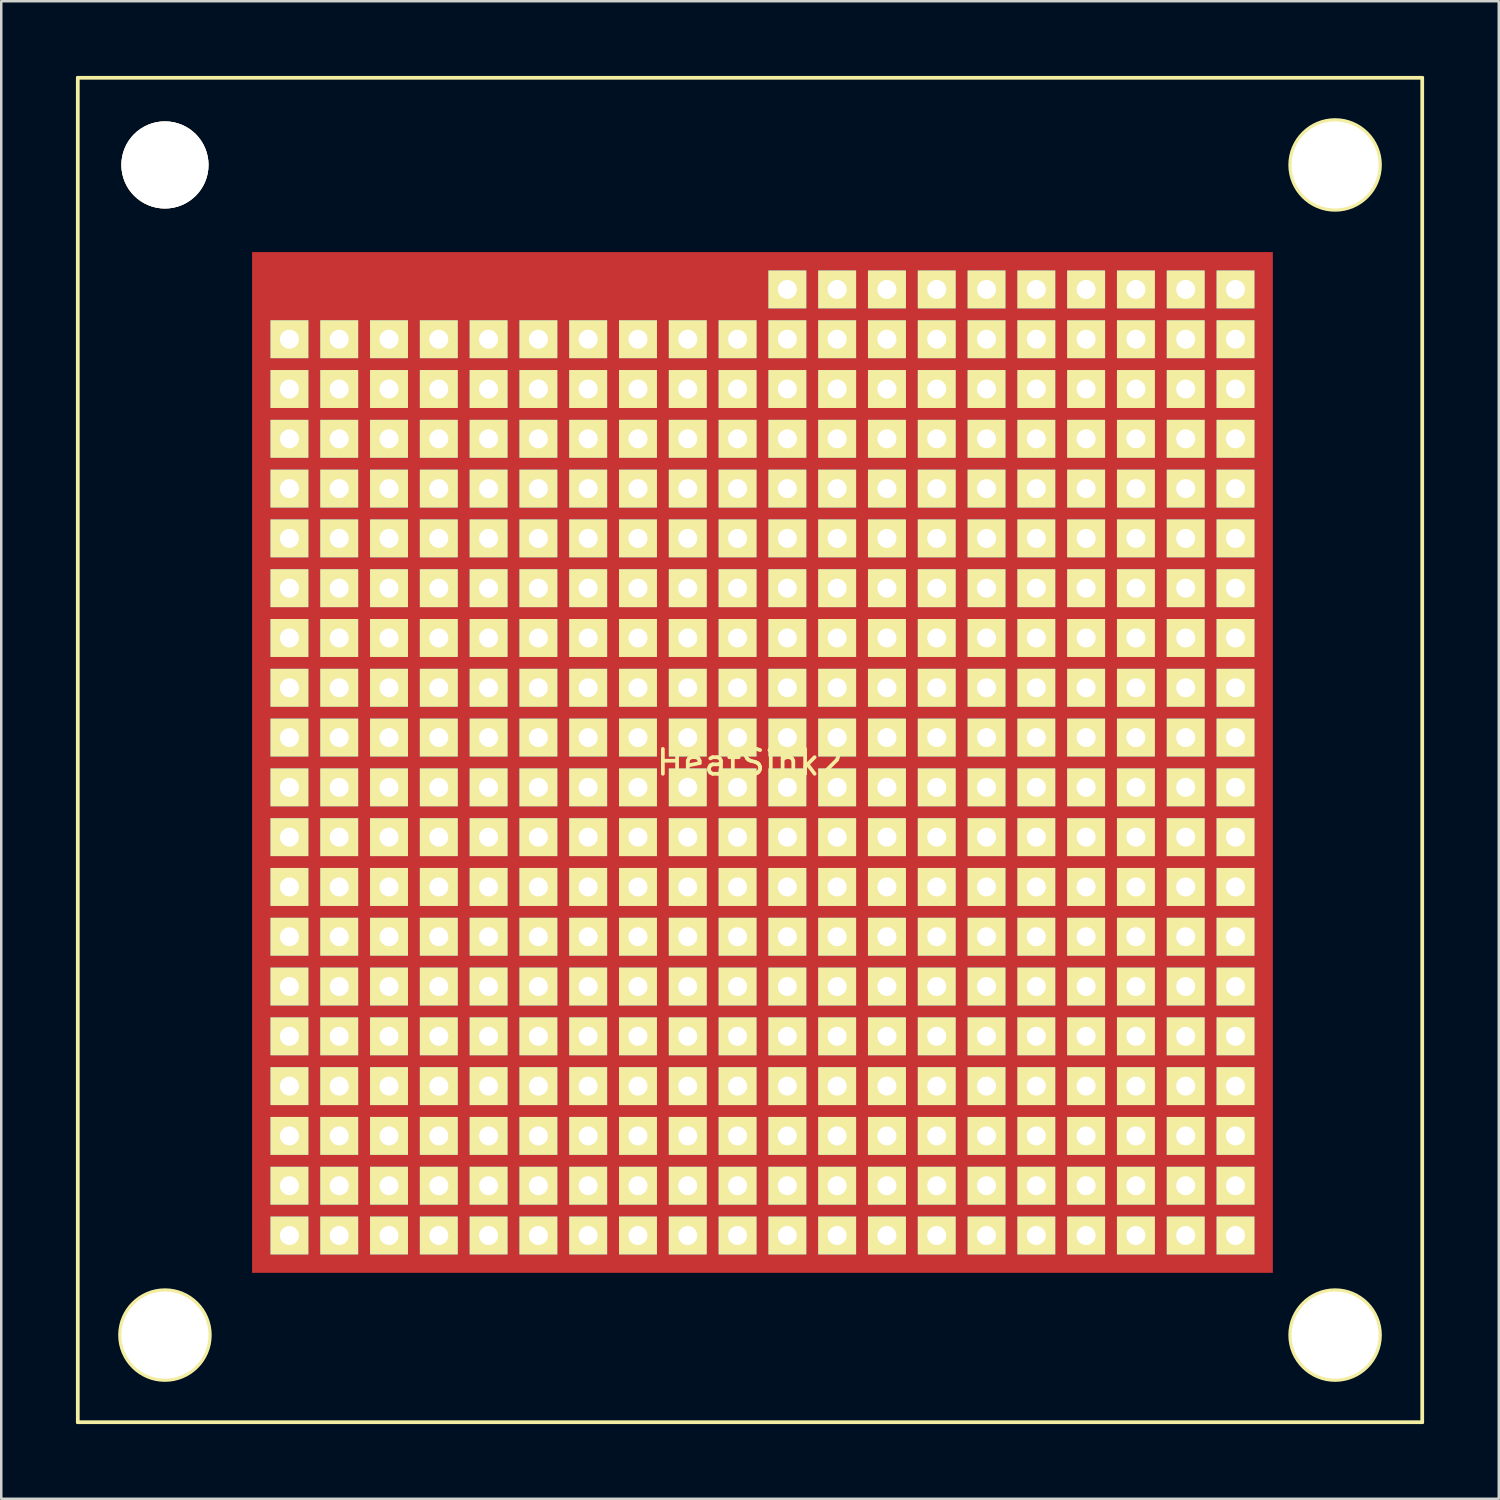
<source format=kicad_pcb>
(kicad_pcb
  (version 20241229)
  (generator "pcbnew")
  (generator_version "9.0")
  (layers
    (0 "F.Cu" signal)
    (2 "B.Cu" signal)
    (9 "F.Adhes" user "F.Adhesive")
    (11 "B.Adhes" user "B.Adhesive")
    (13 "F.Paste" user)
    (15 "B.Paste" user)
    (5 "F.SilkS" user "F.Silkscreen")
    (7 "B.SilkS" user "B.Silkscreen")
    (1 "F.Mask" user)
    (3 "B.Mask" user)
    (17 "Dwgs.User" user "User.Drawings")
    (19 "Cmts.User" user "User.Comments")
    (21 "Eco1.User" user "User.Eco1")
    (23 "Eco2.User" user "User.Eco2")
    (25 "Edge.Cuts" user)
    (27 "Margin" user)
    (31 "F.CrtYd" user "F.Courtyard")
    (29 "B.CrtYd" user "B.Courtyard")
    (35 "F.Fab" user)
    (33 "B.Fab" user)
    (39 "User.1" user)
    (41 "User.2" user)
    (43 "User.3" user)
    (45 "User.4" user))
  (footprint "HeatSink2"
    (layer "F.Cu")
    (at 27.075 27.075)
    (property "Reference" "HeatSink2" (at 0 0.5 0) (layer "F.SilkS") (effects (font (size 1 1) (thickness 0.15))))
    (attr through_hole)
    (fp_line (start -27 -27) (end 27 -27) (stroke (width 0.15) (type solid)) (layer "F.SilkS"))
    (fp_line (start -27 27) (end -27 -27) (stroke (width 0.15) (type solid)) (layer "F.SilkS"))
    (fp_line (start 27 -27) (end 27 27) (stroke (width 0.15) (type solid)) (layer "F.SilkS"))
    (fp_line (start 27 27) (end -27 27) (stroke (width 0.15) (type solid)) (layer "F.SilkS"))
    (fp_circle (center -23.5 -23.5) (end -22 -23) (stroke (width 0.15) (type solid)) (fill no) (layer "F.SilkS"))
    (fp_circle (center -23.5 23.5) (end -22 24.5) (stroke (width 0.15) (type solid)) (fill no) (layer "F.SilkS"))
    (fp_circle (center 23.5 -23.5) (end 24.5 -22) (stroke (width 0.15) (type solid)) (fill no) (layer "F.SilkS"))
    (fp_circle (center 23.5 23.5) (end 25 24.5) (stroke (width 0.15) (type solid)) (fill no) (layer "F.SilkS"))
    (pad "1" thru_hole rect (at -18.5 -16.5) (size 1.524 1.524) (drill 0.762) (layers "*.Cu" "*.Mask" "F.SilkS"))
    (pad "1" thru_hole rect (at -18.5 -14.5) (size 1.524 1.524) (drill 0.762) (layers "*.Cu" "*.Mask" "F.SilkS"))
    (pad "1" thru_hole rect (at -18.5 -12.5) (size 1.524 1.524) (drill 0.762) (layers "*.Cu" "*.Mask" "F.SilkS"))
    (pad "1" thru_hole rect (at -18.5 -10.5) (size 1.524 1.524) (drill 0.762) (layers "*.Cu" "*.Mask" "F.SilkS"))
    (pad "1" thru_hole rect (at -18.5 -8.5) (size 1.524 1.524) (drill 0.762) (layers "*.Cu" "*.Mask" "F.SilkS"))
    (pad "1" thru_hole rect (at -18.5 -6.5) (size 1.524 1.524) (drill 0.762) (layers "*.Cu" "*.Mask" "F.SilkS"))
    (pad "1" thru_hole rect (at -18.5 -4.5) (size 1.524 1.524) (drill 0.762) (layers "*.Cu" "*.Mask" "F.SilkS"))
    (pad "1" thru_hole rect (at -18.5 -2.5) (size 1.524 1.524) (drill 0.762) (layers "*.Cu" "*.Mask" "F.SilkS"))
    (pad "1" thru_hole rect (at -18.5 -0.5) (size 1.524 1.524) (drill 0.762) (layers "*.Cu" "*.Mask" "F.SilkS"))
    (pad "1" thru_hole rect (at -18.5 1.5) (size 1.524 1.524) (drill 0.762) (layers "*.Cu" "*.Mask" "F.SilkS"))
    (pad "1" thru_hole rect (at -18.5 3.5) (size 1.524 1.524) (drill 0.762) (layers "*.Cu" "*.Mask" "F.SilkS"))
    (pad "1" thru_hole rect (at -18.5 5.5) (size 1.524 1.524) (drill 0.762) (layers "*.Cu" "*.Mask" "F.SilkS"))
    (pad "1" thru_hole rect (at -18.5 7.5) (size 1.524 1.524) (drill 0.762) (layers "*.Cu" "*.Mask" "F.SilkS"))
    (pad "1" thru_hole rect (at -18.5 9.5) (size 1.524 1.524) (drill 0.762) (layers "*.Cu" "*.Mask" "F.SilkS"))
    (pad "1" thru_hole rect (at -18.5 11.5) (size 1.524 1.524) (drill 0.762) (layers "*.Cu" "*.Mask" "F.SilkS"))
    (pad "1" thru_hole rect (at -18.5 13.5) (size 1.524 1.524) (drill 0.762) (layers "*.Cu" "*.Mask" "F.SilkS"))
    (pad "1" thru_hole rect (at -18.5 15.5) (size 1.524 1.524) (drill 0.762) (layers "*.Cu" "*.Mask" "F.SilkS"))
    (pad "1" thru_hole rect (at -18.5 17.5) (size 1.524 1.524) (drill 0.762) (layers "*.Cu" "*.Mask" "F.SilkS"))
    (pad "1" thru_hole rect (at -18.5 19.5) (size 1.524 1.524) (drill 0.762) (layers "*.Cu" "*.Mask" "F.SilkS"))
    (pad "1" thru_hole rect (at -16.5 -16.5) (size 1.524 1.524) (drill 0.762) (layers "*.Cu" "*.Mask" "F.SilkS"))
    (pad "1" thru_hole rect (at -16.5 -14.5) (size 1.524 1.524) (drill 0.762) (layers "*.Cu" "*.Mask" "F.SilkS"))
    (pad "1" thru_hole rect (at -16.5 -12.5) (size 1.524 1.524) (drill 0.762) (layers "*.Cu" "*.Mask" "F.SilkS"))
    (pad "1" thru_hole rect (at -16.5 -10.5) (size 1.524 1.524) (drill 0.762) (layers "*.Cu" "*.Mask" "F.SilkS"))
    (pad "1" thru_hole rect (at -16.5 -8.5) (size 1.524 1.524) (drill 0.762) (layers "*.Cu" "*.Mask" "F.SilkS"))
    (pad "1" thru_hole rect (at -16.5 -6.5) (size 1.524 1.524) (drill 0.762) (layers "*.Cu" "*.Mask" "F.SilkS"))
    (pad "1" thru_hole rect (at -16.5 -4.5) (size 1.524 1.524) (drill 0.762) (layers "*.Cu" "*.Mask" "F.SilkS"))
    (pad "1" thru_hole rect (at -16.5 -2.5) (size 1.524 1.524) (drill 0.762) (layers "*.Cu" "*.Mask" "F.SilkS"))
    (pad "1" thru_hole rect (at -16.5 -0.5) (size 1.524 1.524) (drill 0.762) (layers "*.Cu" "*.Mask" "F.SilkS"))
    (pad "1" thru_hole rect (at -16.5 1.5) (size 1.524 1.524) (drill 0.762) (layers "*.Cu" "*.Mask" "F.SilkS"))
    (pad "1" thru_hole rect (at -16.5 3.5) (size 1.524 1.524) (drill 0.762) (layers "*.Cu" "*.Mask" "F.SilkS"))
    (pad "1" thru_hole rect (at -16.5 5.5) (size 1.524 1.524) (drill 0.762) (layers "*.Cu" "*.Mask" "F.SilkS"))
    (pad "1" thru_hole rect (at -16.5 7.5) (size 1.524 1.524) (drill 0.762) (layers "*.Cu" "*.Mask" "F.SilkS"))
    (pad "1" thru_hole rect (at -16.5 9.5) (size 1.524 1.524) (drill 0.762) (layers "*.Cu" "*.Mask" "F.SilkS"))
    (pad "1" thru_hole rect (at -16.5 11.5) (size 1.524 1.524) (drill 0.762) (layers "*.Cu" "*.Mask" "F.SilkS"))
    (pad "1" thru_hole rect (at -16.5 13.5) (size 1.524 1.524) (drill 0.762) (layers "*.Cu" "*.Mask" "F.SilkS"))
    (pad "1" thru_hole rect (at -16.5 15.5) (size 1.524 1.524) (drill 0.762) (layers "*.Cu" "*.Mask" "F.SilkS"))
    (pad "1" thru_hole rect (at -16.5 17.5) (size 1.524 1.524) (drill 0.762) (layers "*.Cu" "*.Mask" "F.SilkS"))
    (pad "1" thru_hole rect (at -16.5 19.5) (size 1.524 1.524) (drill 0.762) (layers "*.Cu" "*.Mask" "F.SilkS"))
    (pad "1" thru_hole rect (at -14.5 -16.5) (size 1.524 1.524) (drill 0.762) (layers "*.Cu" "*.Mask" "F.SilkS"))
    (pad "1" thru_hole rect (at -14.5 -14.5) (size 1.524 1.524) (drill 0.762) (layers "*.Cu" "*.Mask" "F.SilkS"))
    (pad "1" thru_hole rect (at -14.5 -12.5) (size 1.524 1.524) (drill 0.762) (layers "*.Cu" "*.Mask" "F.SilkS"))
    (pad "1" thru_hole rect (at -14.5 -10.5) (size 1.524 1.524) (drill 0.762) (layers "*.Cu" "*.Mask" "F.SilkS"))
    (pad "1" thru_hole rect (at -14.5 -8.5) (size 1.524 1.524) (drill 0.762) (layers "*.Cu" "*.Mask" "F.SilkS"))
    (pad "1" thru_hole rect (at -14.5 -6.5) (size 1.524 1.524) (drill 0.762) (layers "*.Cu" "*.Mask" "F.SilkS"))
    (pad "1" thru_hole rect (at -14.5 -4.5) (size 1.524 1.524) (drill 0.762) (layers "*.Cu" "*.Mask" "F.SilkS"))
    (pad "1" thru_hole rect (at -14.5 -2.5) (size 1.524 1.524) (drill 0.762) (layers "*.Cu" "*.Mask" "F.SilkS"))
    (pad "1" thru_hole rect (at -14.5 -0.5) (size 1.524 1.524) (drill 0.762) (layers "*.Cu" "*.Mask" "F.SilkS"))
    (pad "1" thru_hole rect (at -14.5 1.5) (size 1.524 1.524) (drill 0.762) (layers "*.Cu" "*.Mask" "F.SilkS"))
    (pad "1" thru_hole rect (at -14.5 3.5) (size 1.524 1.524) (drill 0.762) (layers "*.Cu" "*.Mask" "F.SilkS"))
    (pad "1" thru_hole rect (at -14.5 5.5) (size 1.524 1.524) (drill 0.762) (layers "*.Cu" "*.Mask" "F.SilkS"))
    (pad "1" thru_hole rect (at -14.5 7.5) (size 1.524 1.524) (drill 0.762) (layers "*.Cu" "*.Mask" "F.SilkS"))
    (pad "1" thru_hole rect (at -14.5 9.5) (size 1.524 1.524) (drill 0.762) (layers "*.Cu" "*.Mask" "F.SilkS"))
    (pad "1" thru_hole rect (at -14.5 11.5) (size 1.524 1.524) (drill 0.762) (layers "*.Cu" "*.Mask" "F.SilkS"))
    (pad "1" thru_hole rect (at -14.5 13.5) (size 1.524 1.524) (drill 0.762) (layers "*.Cu" "*.Mask" "F.SilkS"))
    (pad "1" thru_hole rect (at -14.5 15.5) (size 1.524 1.524) (drill 0.762) (layers "*.Cu" "*.Mask" "F.SilkS"))
    (pad "1" thru_hole rect (at -14.5 17.5) (size 1.524 1.524) (drill 0.762) (layers "*.Cu" "*.Mask" "F.SilkS"))
    (pad "1" thru_hole rect (at -14.5 19.5) (size 1.524 1.524) (drill 0.762) (layers "*.Cu" "*.Mask" "F.SilkS"))
    (pad "1" thru_hole rect (at -12.5 -16.5) (size 1.524 1.524) (drill 0.762) (layers "*.Cu" "*.Mask" "F.SilkS"))
    (pad "1" thru_hole rect (at -12.5 -14.5) (size 1.524 1.524) (drill 0.762) (layers "*.Cu" "*.Mask" "F.SilkS"))
    (pad "1" thru_hole rect (at -12.5 -12.5) (size 1.524 1.524) (drill 0.762) (layers "*.Cu" "*.Mask" "F.SilkS"))
    (pad "1" thru_hole rect (at -12.5 -10.5) (size 1.524 1.524) (drill 0.762) (layers "*.Cu" "*.Mask" "F.SilkS"))
    (pad "1" thru_hole rect (at -12.5 -8.5) (size 1.524 1.524) (drill 0.762) (layers "*.Cu" "*.Mask" "F.SilkS"))
    (pad "1" thru_hole rect (at -12.5 -6.5) (size 1.524 1.524) (drill 0.762) (layers "*.Cu" "*.Mask" "F.SilkS"))
    (pad "1" thru_hole rect (at -12.5 -4.5) (size 1.524 1.524) (drill 0.762) (layers "*.Cu" "*.Mask" "F.SilkS"))
    (pad "1" thru_hole rect (at -12.5 -2.5) (size 1.524 1.524) (drill 0.762) (layers "*.Cu" "*.Mask" "F.SilkS"))
    (pad "1" thru_hole rect (at -12.5 -0.5) (size 1.524 1.524) (drill 0.762) (layers "*.Cu" "*.Mask" "F.SilkS"))
    (pad "1" thru_hole rect (at -12.5 1.5) (size 1.524 1.524) (drill 0.762) (layers "*.Cu" "*.Mask" "F.SilkS"))
    (pad "1" thru_hole rect (at -12.5 3.5) (size 1.524 1.524) (drill 0.762) (layers "*.Cu" "*.Mask" "F.SilkS"))
    (pad "1" thru_hole rect (at -12.5 5.5) (size 1.524 1.524) (drill 0.762) (layers "*.Cu" "*.Mask" "F.SilkS"))
    (pad "1" thru_hole rect (at -12.5 7.5) (size 1.524 1.524) (drill 0.762) (layers "*.Cu" "*.Mask" "F.SilkS"))
    (pad "1" thru_hole rect (at -12.5 9.5) (size 1.524 1.524) (drill 0.762) (layers "*.Cu" "*.Mask" "F.SilkS"))
    (pad "1" thru_hole rect (at -12.5 11.5) (size 1.524 1.524) (drill 0.762) (layers "*.Cu" "*.Mask" "F.SilkS"))
    (pad "1" thru_hole rect (at -12.5 13.5) (size 1.524 1.524) (drill 0.762) (layers "*.Cu" "*.Mask" "F.SilkS"))
    (pad "1" thru_hole rect (at -12.5 15.5) (size 1.524 1.524) (drill 0.762) (layers "*.Cu" "*.Mask" "F.SilkS"))
    (pad "1" thru_hole rect (at -12.5 17.5) (size 1.524 1.524) (drill 0.762) (layers "*.Cu" "*.Mask" "F.SilkS"))
    (pad "1" thru_hole rect (at -12.5 19.5) (size 1.524 1.524) (drill 0.762) (layers "*.Cu" "*.Mask" "F.SilkS"))
    (pad "1" thru_hole rect (at -10.5 -16.5) (size 1.524 1.524) (drill 0.762) (layers "*.Cu" "*.Mask" "F.SilkS"))
    (pad "1" thru_hole rect (at -10.5 -14.5) (size 1.524 1.524) (drill 0.762) (layers "*.Cu" "*.Mask" "F.SilkS"))
    (pad "1" thru_hole rect (at -10.5 -12.5) (size 1.524 1.524) (drill 0.762) (layers "*.Cu" "*.Mask" "F.SilkS"))
    (pad "1" thru_hole rect (at -10.5 -10.5) (size 1.524 1.524) (drill 0.762) (layers "*.Cu" "*.Mask" "F.SilkS"))
    (pad "1" thru_hole rect (at -10.5 -8.5) (size 1.524 1.524) (drill 0.762) (layers "*.Cu" "*.Mask" "F.SilkS"))
    (pad "1" thru_hole rect (at -10.5 -6.5) (size 1.524 1.524) (drill 0.762) (layers "*.Cu" "*.Mask" "F.SilkS"))
    (pad "1" thru_hole rect (at -10.5 -4.5) (size 1.524 1.524) (drill 0.762) (layers "*.Cu" "*.Mask" "F.SilkS"))
    (pad "1" thru_hole rect (at -10.5 -2.5) (size 1.524 1.524) (drill 0.762) (layers "*.Cu" "*.Mask" "F.SilkS"))
    (pad "1" thru_hole rect (at -10.5 -0.5) (size 1.524 1.524) (drill 0.762) (layers "*.Cu" "*.Mask" "F.SilkS"))
    (pad "1" thru_hole rect (at -10.5 1.5) (size 1.524 1.524) (drill 0.762) (layers "*.Cu" "*.Mask" "F.SilkS"))
    (pad "1" thru_hole rect (at -10.5 3.5) (size 1.524 1.524) (drill 0.762) (layers "*.Cu" "*.Mask" "F.SilkS"))
    (pad "1" thru_hole rect (at -10.5 5.5) (size 1.524 1.524) (drill 0.762) (layers "*.Cu" "*.Mask" "F.SilkS"))
    (pad "1" thru_hole rect (at -10.5 7.5) (size 1.524 1.524) (drill 0.762) (layers "*.Cu" "*.Mask" "F.SilkS"))
    (pad "1" thru_hole rect (at -10.5 9.5) (size 1.524 1.524) (drill 0.762) (layers "*.Cu" "*.Mask" "F.SilkS"))
    (pad "1" thru_hole rect (at -10.5 11.5) (size 1.524 1.524) (drill 0.762) (layers "*.Cu" "*.Mask" "F.SilkS"))
    (pad "1" thru_hole rect (at -10.5 13.5) (size 1.524 1.524) (drill 0.762) (layers "*.Cu" "*.Mask" "F.SilkS"))
    (pad "1" thru_hole rect (at -10.5 15.5) (size 1.524 1.524) (drill 0.762) (layers "*.Cu" "*.Mask" "F.SilkS"))
    (pad "1" thru_hole rect (at -10.5 17.5) (size 1.524 1.524) (drill 0.762) (layers "*.Cu" "*.Mask" "F.SilkS"))
    (pad "1" thru_hole rect (at -10.5 19.5) (size 1.524 1.524) (drill 0.762) (layers "*.Cu" "*.Mask" "F.SilkS"))
    (pad "1" thru_hole rect (at -8.5 -16.5) (size 1.524 1.524) (drill 0.762) (layers "*.Cu" "*.Mask" "F.SilkS"))
    (pad "1" thru_hole rect (at -8.5 -14.5) (size 1.524 1.524) (drill 0.762) (layers "*.Cu" "*.Mask" "F.SilkS"))
    (pad "1" thru_hole rect (at -8.5 -12.5) (size 1.524 1.524) (drill 0.762) (layers "*.Cu" "*.Mask" "F.SilkS"))
    (pad "1" thru_hole rect (at -8.5 -10.5) (size 1.524 1.524) (drill 0.762) (layers "*.Cu" "*.Mask" "F.SilkS"))
    (pad "1" thru_hole rect (at -8.5 -8.5) (size 1.524 1.524) (drill 0.762) (layers "*.Cu" "*.Mask" "F.SilkS"))
    (pad "1" thru_hole rect (at -8.5 -6.5) (size 1.524 1.524) (drill 0.762) (layers "*.Cu" "*.Mask" "F.SilkS"))
    (pad "1" thru_hole rect (at -8.5 -4.5) (size 1.524 1.524) (drill 0.762) (layers "*.Cu" "*.Mask" "F.SilkS"))
    (pad "1" thru_hole rect (at -8.5 -2.5) (size 1.524 1.524) (drill 0.762) (layers "*.Cu" "*.Mask" "F.SilkS"))
    (pad "1" thru_hole rect (at -8.5 -0.5) (size 1.524 1.524) (drill 0.762) (layers "*.Cu" "*.Mask" "F.SilkS"))
    (pad "1" thru_hole rect (at -8.5 1.5) (size 1.524 1.524) (drill 0.762) (layers "*.Cu" "*.Mask" "F.SilkS"))
    (pad "1" thru_hole rect (at -8.5 3.5) (size 1.524 1.524) (drill 0.762) (layers "*.Cu" "*.Mask" "F.SilkS"))
    (pad "1" thru_hole rect (at -8.5 5.5) (size 1.524 1.524) (drill 0.762) (layers "*.Cu" "*.Mask" "F.SilkS"))
    (pad "1" thru_hole rect (at -8.5 7.5) (size 1.524 1.524) (drill 0.762) (layers "*.Cu" "*.Mask" "F.SilkS"))
    (pad "1" thru_hole rect (at -8.5 9.5) (size 1.524 1.524) (drill 0.762) (layers "*.Cu" "*.Mask" "F.SilkS"))
    (pad "1" thru_hole rect (at -8.5 11.5) (size 1.524 1.524) (drill 0.762) (layers "*.Cu" "*.Mask" "F.SilkS"))
    (pad "1" thru_hole rect (at -8.5 13.5) (size 1.524 1.524) (drill 0.762) (layers "*.Cu" "*.Mask" "F.SilkS"))
    (pad "1" thru_hole rect (at -8.5 15.5) (size 1.524 1.524) (drill 0.762) (layers "*.Cu" "*.Mask" "F.SilkS"))
    (pad "1" thru_hole rect (at -8.5 17.5) (size 1.524 1.524) (drill 0.762) (layers "*.Cu" "*.Mask" "F.SilkS"))
    (pad "1" thru_hole rect (at -8.5 19.5) (size 1.524 1.524) (drill 0.762) (layers "*.Cu" "*.Mask" "F.SilkS"))
    (pad "1" thru_hole rect (at -6.5 -16.5) (size 1.524 1.524) (drill 0.762) (layers "*.Cu" "*.Mask" "F.SilkS"))
    (pad "1" thru_hole rect (at -6.5 -14.5) (size 1.524 1.524) (drill 0.762) (layers "*.Cu" "*.Mask" "F.SilkS"))
    (pad "1" thru_hole rect (at -6.5 -12.5) (size 1.524 1.524) (drill 0.762) (layers "*.Cu" "*.Mask" "F.SilkS"))
    (pad "1" thru_hole rect (at -6.5 -10.5) (size 1.524 1.524) (drill 0.762) (layers "*.Cu" "*.Mask" "F.SilkS"))
    (pad "1" thru_hole rect (at -6.5 -8.5) (size 1.524 1.524) (drill 0.762) (layers "*.Cu" "*.Mask" "F.SilkS"))
    (pad "1" thru_hole rect (at -6.5 -6.5) (size 1.524 1.524) (drill 0.762) (layers "*.Cu" "*.Mask" "F.SilkS"))
    (pad "1" thru_hole rect (at -6.5 -4.5) (size 1.524 1.524) (drill 0.762) (layers "*.Cu" "*.Mask" "F.SilkS"))
    (pad "1" thru_hole rect (at -6.5 -2.5) (size 1.524 1.524) (drill 0.762) (layers "*.Cu" "*.Mask" "F.SilkS"))
    (pad "1" thru_hole rect (at -6.5 -0.5) (size 1.524 1.524) (drill 0.762) (layers "*.Cu" "*.Mask" "F.SilkS"))
    (pad "1" thru_hole rect (at -6.5 1.5) (size 1.524 1.524) (drill 0.762) (layers "*.Cu" "*.Mask" "F.SilkS"))
    (pad "1" thru_hole rect (at -6.5 3.5) (size 1.524 1.524) (drill 0.762) (layers "*.Cu" "*.Mask" "F.SilkS"))
    (pad "1" thru_hole rect (at -6.5 5.5) (size 1.524 1.524) (drill 0.762) (layers "*.Cu" "*.Mask" "F.SilkS"))
    (pad "1" thru_hole rect (at -6.5 7.5) (size 1.524 1.524) (drill 0.762) (layers "*.Cu" "*.Mask" "F.SilkS"))
    (pad "1" thru_hole rect (at -6.5 9.5) (size 1.524 1.524) (drill 0.762) (layers "*.Cu" "*.Mask" "F.SilkS"))
    (pad "1" thru_hole rect (at -6.5 11.5) (size 1.524 1.524) (drill 0.762) (layers "*.Cu" "*.Mask" "F.SilkS"))
    (pad "1" thru_hole rect (at -6.5 13.5) (size 1.524 1.524) (drill 0.762) (layers "*.Cu" "*.Mask" "F.SilkS"))
    (pad "1" thru_hole rect (at -6.5 15.5) (size 1.524 1.524) (drill 0.762) (layers "*.Cu" "*.Mask" "F.SilkS"))
    (pad "1" thru_hole rect (at -6.5 17.5) (size 1.524 1.524) (drill 0.762) (layers "*.Cu" "*.Mask" "F.SilkS"))
    (pad "1" thru_hole rect (at -6.5 19.5) (size 1.524 1.524) (drill 0.762) (layers "*.Cu" "*.Mask" "F.SilkS"))
    (pad "1" thru_hole rect (at -4.5 -16.5) (size 1.524 1.524) (drill 0.762) (layers "*.Cu" "*.Mask" "F.SilkS"))
    (pad "1" thru_hole rect (at -4.5 -14.5) (size 1.524 1.524) (drill 0.762) (layers "*.Cu" "*.Mask" "F.SilkS"))
    (pad "1" thru_hole rect (at -4.5 -12.5) (size 1.524 1.524) (drill 0.762) (layers "*.Cu" "*.Mask" "F.SilkS"))
    (pad "1" thru_hole rect (at -4.5 -10.5) (size 1.524 1.524) (drill 0.762) (layers "*.Cu" "*.Mask" "F.SilkS"))
    (pad "1" thru_hole rect (at -4.5 -8.5) (size 1.524 1.524) (drill 0.762) (layers "*.Cu" "*.Mask" "F.SilkS"))
    (pad "1" thru_hole rect (at -4.5 -6.5) (size 1.524 1.524) (drill 0.762) (layers "*.Cu" "*.Mask" "F.SilkS"))
    (pad "1" thru_hole rect (at -4.5 -4.5) (size 1.524 1.524) (drill 0.762) (layers "*.Cu" "*.Mask" "F.SilkS"))
    (pad "1" thru_hole rect (at -4.5 -2.5) (size 1.524 1.524) (drill 0.762) (layers "*.Cu" "*.Mask" "F.SilkS"))
    (pad "1" thru_hole rect (at -4.5 -0.5) (size 1.524 1.524) (drill 0.762) (layers "*.Cu" "*.Mask" "F.SilkS"))
    (pad "1" thru_hole rect (at -4.5 1.5) (size 1.524 1.524) (drill 0.762) (layers "*.Cu" "*.Mask" "F.SilkS"))
    (pad "1" thru_hole rect (at -4.5 3.5) (size 1.524 1.524) (drill 0.762) (layers "*.Cu" "*.Mask" "F.SilkS"))
    (pad "1" thru_hole rect (at -4.5 5.5) (size 1.524 1.524) (drill 0.762) (layers "*.Cu" "*.Mask" "F.SilkS"))
    (pad "1" thru_hole rect (at -4.5 7.5) (size 1.524 1.524) (drill 0.762) (layers "*.Cu" "*.Mask" "F.SilkS"))
    (pad "1" thru_hole rect (at -4.5 9.5) (size 1.524 1.524) (drill 0.762) (layers "*.Cu" "*.Mask" "F.SilkS"))
    (pad "1" thru_hole rect (at -4.5 11.5) (size 1.524 1.524) (drill 0.762) (layers "*.Cu" "*.Mask" "F.SilkS"))
    (pad "1" thru_hole rect (at -4.5 13.5) (size 1.524 1.524) (drill 0.762) (layers "*.Cu" "*.Mask" "F.SilkS"))
    (pad "1" thru_hole rect (at -4.5 15.5) (size 1.524 1.524) (drill 0.762) (layers "*.Cu" "*.Mask" "F.SilkS"))
    (pad "1" thru_hole rect (at -4.5 17.5) (size 1.524 1.524) (drill 0.762) (layers "*.Cu" "*.Mask" "F.SilkS"))
    (pad "1" thru_hole rect (at -4.5 19.5) (size 1.524 1.524) (drill 0.762) (layers "*.Cu" "*.Mask" "F.SilkS"))
    (pad "1" thru_hole rect (at -2.5 -16.5) (size 1.524 1.524) (drill 0.762) (layers "*.Cu" "*.Mask" "F.SilkS"))
    (pad "1" thru_hole rect (at -2.5 -14.5) (size 1.524 1.524) (drill 0.762) (layers "*.Cu" "*.Mask" "F.SilkS"))
    (pad "1" thru_hole rect (at -2.5 -12.5) (size 1.524 1.524) (drill 0.762) (layers "*.Cu" "*.Mask" "F.SilkS"))
    (pad "1" thru_hole rect (at -2.5 -10.5) (size 1.524 1.524) (drill 0.762) (layers "*.Cu" "*.Mask" "F.SilkS"))
    (pad "1" thru_hole rect (at -2.5 -8.5) (size 1.524 1.524) (drill 0.762) (layers "*.Cu" "*.Mask" "F.SilkS"))
    (pad "1" thru_hole rect (at -2.5 -6.5) (size 1.524 1.524) (drill 0.762) (layers "*.Cu" "*.Mask" "F.SilkS"))
    (pad "1" thru_hole rect (at -2.5 -4.5) (size 1.524 1.524) (drill 0.762) (layers "*.Cu" "*.Mask" "F.SilkS"))
    (pad "1" thru_hole rect (at -2.5 -2.5) (size 1.524 1.524) (drill 0.762) (layers "*.Cu" "*.Mask" "F.SilkS"))
    (pad "1" thru_hole rect (at -2.5 -0.5) (size 1.524 1.524) (drill 0.762) (layers "*.Cu" "*.Mask" "F.SilkS"))
    (pad "1" thru_hole rect (at -2.5 1.5) (size 1.524 1.524) (drill 0.762) (layers "*.Cu" "*.Mask" "F.SilkS"))
    (pad "1" thru_hole rect (at -2.5 3.5) (size 1.524 1.524) (drill 0.762) (layers "*.Cu" "*.Mask" "F.SilkS"))
    (pad "1" thru_hole rect (at -2.5 5.5) (size 1.524 1.524) (drill 0.762) (layers "*.Cu" "*.Mask" "F.SilkS"))
    (pad "1" thru_hole rect (at -2.5 7.5) (size 1.524 1.524) (drill 0.762) (layers "*.Cu" "*.Mask" "F.SilkS"))
    (pad "1" thru_hole rect (at -2.5 9.5) (size 1.524 1.524) (drill 0.762) (layers "*.Cu" "*.Mask" "F.SilkS"))
    (pad "1" thru_hole rect (at -2.5 11.5) (size 1.524 1.524) (drill 0.762) (layers "*.Cu" "*.Mask" "F.SilkS"))
    (pad "1" thru_hole rect (at -2.5 13.5) (size 1.524 1.524) (drill 0.762) (layers "*.Cu" "*.Mask" "F.SilkS"))
    (pad "1" thru_hole rect (at -2.5 15.5) (size 1.524 1.524) (drill 0.762) (layers "*.Cu" "*.Mask" "F.SilkS"))
    (pad "1" thru_hole rect (at -2.5 17.5) (size 1.524 1.524) (drill 0.762) (layers "*.Cu" "*.Mask" "F.SilkS"))
    (pad "1" thru_hole rect (at -2.5 19.5) (size 1.524 1.524) (drill 0.762) (layers "*.Cu" "*.Mask" "F.SilkS"))
    (pad "1" thru_hole rect (at -0.5 -16.5) (size 1.524 1.524) (drill 0.762) (layers "*.Cu" "*.Mask" "F.SilkS"))
    (pad "1" thru_hole rect (at -0.5 -14.5) (size 1.524 1.524) (drill 0.762) (layers "*.Cu" "*.Mask" "F.SilkS"))
    (pad "1" thru_hole rect (at -0.5 -12.5) (size 1.524 1.524) (drill 0.762) (layers "*.Cu" "*.Mask" "F.SilkS"))
    (pad "1" thru_hole rect (at -0.5 -10.5) (size 1.524 1.524) (drill 0.762) (layers "*.Cu" "*.Mask" "F.SilkS"))
    (pad "1" thru_hole rect (at -0.5 -8.5) (size 1.524 1.524) (drill 0.762) (layers "*.Cu" "*.Mask" "F.SilkS"))
    (pad "1" thru_hole rect (at -0.5 -6.5) (size 1.524 1.524) (drill 0.762) (layers "*.Cu" "*.Mask" "F.SilkS"))
    (pad "1" thru_hole rect (at -0.5 -4.5) (size 1.524 1.524) (drill 0.762) (layers "*.Cu" "*.Mask" "F.SilkS"))
    (pad "1" thru_hole rect (at -0.5 -2.5) (size 1.524 1.524) (drill 0.762) (layers "*.Cu" "*.Mask" "F.SilkS"))
    (pad "1" thru_hole rect (at -0.5 -0.5) (size 1.524 1.524) (drill 0.762) (layers "*.Cu" "*.Mask" "F.SilkS"))
    (pad "1" thru_hole rect (at -0.5 1.5) (size 1.524 1.524) (drill 0.762) (layers "*.Cu" "*.Mask" "F.SilkS"))
    (pad "1" thru_hole rect (at -0.5 3.5) (size 1.524 1.524) (drill 0.762) (layers "*.Cu" "*.Mask" "F.SilkS"))
    (pad "1" thru_hole rect (at -0.5 5.5) (size 1.524 1.524) (drill 0.762) (layers "*.Cu" "*.Mask" "F.SilkS"))
    (pad "1" thru_hole rect (at -0.5 7.5) (size 1.524 1.524) (drill 0.762) (layers "*.Cu" "*.Mask" "F.SilkS"))
    (pad "1" thru_hole rect (at -0.5 9.5) (size 1.524 1.524) (drill 0.762) (layers "*.Cu" "*.Mask" "F.SilkS"))
    (pad "1" thru_hole rect (at -0.5 11.5) (size 1.524 1.524) (drill 0.762) (layers "*.Cu" "*.Mask" "F.SilkS"))
    (pad "1" thru_hole rect (at -0.5 13.5) (size 1.524 1.524) (drill 0.762) (layers "*.Cu" "*.Mask" "F.SilkS"))
    (pad "1" thru_hole rect (at -0.5 15.5) (size 1.524 1.524) (drill 0.762) (layers "*.Cu" "*.Mask" "F.SilkS"))
    (pad "1" thru_hole rect (at -0.5 17.5) (size 1.524 1.524) (drill 0.762) (layers "*.Cu" "*.Mask" "F.SilkS"))
    (pad "1" thru_hole rect (at -0.5 19.5) (size 1.524 1.524) (drill 0.762) (layers "*.Cu" "*.Mask" "F.SilkS"))
    (pad "1" smd rect (at 0.5 0.5) (size 41 41) (layers "F.Cu" "F.Mask" "F.Paste"))
    (pad "1" thru_hole rect (at 1.5 -18.5) (size 1.524 1.524) (drill 0.762) (layers "*.Cu" "*.Mask" "F.SilkS"))
    (pad "1" thru_hole rect (at 1.5 -16.5) (size 1.524 1.524) (drill 0.762) (layers "*.Cu" "*.Mask" "F.SilkS"))
    (pad "1" thru_hole rect (at 1.5 -14.5) (size 1.524 1.524) (drill 0.762) (layers "*.Cu" "*.Mask" "F.SilkS"))
    (pad "1" thru_hole rect (at 1.5 -12.5) (size 1.524 1.524) (drill 0.762) (layers "*.Cu" "*.Mask" "F.SilkS"))
    (pad "1" thru_hole rect (at 1.5 -10.5) (size 1.524 1.524) (drill 0.762) (layers "*.Cu" "*.Mask" "F.SilkS"))
    (pad "1" thru_hole rect (at 1.5 -8.5) (size 1.524 1.524) (drill 0.762) (layers "*.Cu" "*.Mask" "F.SilkS"))
    (pad "1" thru_hole rect (at 1.5 -6.5) (size 1.524 1.524) (drill 0.762) (layers "*.Cu" "*.Mask" "F.SilkS"))
    (pad "1" thru_hole rect (at 1.5 -4.5) (size 1.524 1.524) (drill 0.762) (layers "*.Cu" "*.Mask" "F.SilkS"))
    (pad "1" thru_hole rect (at 1.5 -2.5) (size 1.524 1.524) (drill 0.762) (layers "*.Cu" "*.Mask" "F.SilkS"))
    (pad "1" thru_hole rect (at 1.5 -0.5) (size 1.524 1.524) (drill 0.762) (layers "*.Cu" "*.Mask" "F.SilkS"))
    (pad "1" thru_hole rect (at 1.5 1.5) (size 1.524 1.524) (drill 0.762) (layers "*.Cu" "*.Mask" "F.SilkS"))
    (pad "1" thru_hole rect (at 1.5 3.5) (size 1.524 1.524) (drill 0.762) (layers "*.Cu" "*.Mask" "F.SilkS"))
    (pad "1" thru_hole rect (at 1.5 5.5) (size 1.524 1.524) (drill 0.762) (layers "*.Cu" "*.Mask" "F.SilkS"))
    (pad "1" thru_hole rect (at 1.5 7.5) (size 1.524 1.524) (drill 0.762) (layers "*.Cu" "*.Mask" "F.SilkS"))
    (pad "1" thru_hole rect (at 1.5 9.5) (size 1.524 1.524) (drill 0.762) (layers "*.Cu" "*.Mask" "F.SilkS"))
    (pad "1" thru_hole rect (at 1.5 11.5) (size 1.524 1.524) (drill 0.762) (layers "*.Cu" "*.Mask" "F.SilkS"))
    (pad "1" thru_hole rect (at 1.5 13.5) (size 1.524 1.524) (drill 0.762) (layers "*.Cu" "*.Mask" "F.SilkS"))
    (pad "1" thru_hole rect (at 1.5 15.5) (size 1.524 1.524) (drill 0.762) (layers "*.Cu" "*.Mask" "F.SilkS"))
    (pad "1" thru_hole rect (at 1.5 17.5) (size 1.524 1.524) (drill 0.762) (layers "*.Cu" "*.Mask" "F.SilkS"))
    (pad "1" thru_hole rect (at 1.5 19.5) (size 1.524 1.524) (drill 0.762) (layers "*.Cu" "*.Mask" "F.SilkS"))
    (pad "1" thru_hole rect (at 3.5 -18.5) (size 1.524 1.524) (drill 0.762) (layers "*.Cu" "*.Mask" "F.SilkS"))
    (pad "1" thru_hole rect (at 3.5 -16.5) (size 1.524 1.524) (drill 0.762) (layers "*.Cu" "*.Mask" "F.SilkS"))
    (pad "1" thru_hole rect (at 3.5 -14.5) (size 1.524 1.524) (drill 0.762) (layers "*.Cu" "*.Mask" "F.SilkS"))
    (pad "1" thru_hole rect (at 3.5 -12.5) (size 1.524 1.524) (drill 0.762) (layers "*.Cu" "*.Mask" "F.SilkS"))
    (pad "1" thru_hole rect (at 3.5 -10.5) (size 1.524 1.524) (drill 0.762) (layers "*.Cu" "*.Mask" "F.SilkS"))
    (pad "1" thru_hole rect (at 3.5 -8.5) (size 1.524 1.524) (drill 0.762) (layers "*.Cu" "*.Mask" "F.SilkS"))
    (pad "1" thru_hole rect (at 3.5 -6.5) (size 1.524 1.524) (drill 0.762) (layers "*.Cu" "*.Mask" "F.SilkS"))
    (pad "1" thru_hole rect (at 3.5 -4.5) (size 1.524 1.524) (drill 0.762) (layers "*.Cu" "*.Mask" "F.SilkS"))
    (pad "1" thru_hole rect (at 3.5 -2.5) (size 1.524 1.524) (drill 0.762) (layers "*.Cu" "*.Mask" "F.SilkS"))
    (pad "1" thru_hole rect (at 3.5 -0.5) (size 1.524 1.524) (drill 0.762) (layers "*.Cu" "*.Mask" "F.SilkS"))
    (pad "1" thru_hole rect (at 3.5 1.5) (size 1.524 1.524) (drill 0.762) (layers "*.Cu" "*.Mask" "F.SilkS"))
    (pad "1" thru_hole rect (at 3.5 3.5) (size 1.524 1.524) (drill 0.762) (layers "*.Cu" "*.Mask" "F.SilkS"))
    (pad "1" thru_hole rect (at 3.5 5.5) (size 1.524 1.524) (drill 0.762) (layers "*.Cu" "*.Mask" "F.SilkS"))
    (pad "1" thru_hole rect (at 3.5 7.5) (size 1.524 1.524) (drill 0.762) (layers "*.Cu" "*.Mask" "F.SilkS"))
    (pad "1" thru_hole rect (at 3.5 9.5) (size 1.524 1.524) (drill 0.762) (layers "*.Cu" "*.Mask" "F.SilkS"))
    (pad "1" thru_hole rect (at 3.5 11.5) (size 1.524 1.524) (drill 0.762) (layers "*.Cu" "*.Mask" "F.SilkS"))
    (pad "1" thru_hole rect (at 3.5 13.5) (size 1.524 1.524) (drill 0.762) (layers "*.Cu" "*.Mask" "F.SilkS"))
    (pad "1" thru_hole rect (at 3.5 15.5) (size 1.524 1.524) (drill 0.762) (layers "*.Cu" "*.Mask" "F.SilkS"))
    (pad "1" thru_hole rect (at 3.5 17.5) (size 1.524 1.524) (drill 0.762) (layers "*.Cu" "*.Mask" "F.SilkS"))
    (pad "1" thru_hole rect (at 3.5 19.5) (size 1.524 1.524) (drill 0.762) (layers "*.Cu" "*.Mask" "F.SilkS"))
    (pad "1" thru_hole rect (at 5.5 -18.5) (size 1.524 1.524) (drill 0.762) (layers "*.Cu" "*.Mask" "F.SilkS"))
    (pad "1" thru_hole rect (at 5.5 -16.5) (size 1.524 1.524) (drill 0.762) (layers "*.Cu" "*.Mask" "F.SilkS"))
    (pad "1" thru_hole rect (at 5.5 -14.5) (size 1.524 1.524) (drill 0.762) (layers "*.Cu" "*.Mask" "F.SilkS"))
    (pad "1" thru_hole rect (at 5.5 -12.5) (size 1.524 1.524) (drill 0.762) (layers "*.Cu" "*.Mask" "F.SilkS"))
    (pad "1" thru_hole rect (at 5.5 -10.5) (size 1.524 1.524) (drill 0.762) (layers "*.Cu" "*.Mask" "F.SilkS"))
    (pad "1" thru_hole rect (at 5.5 -8.5) (size 1.524 1.524) (drill 0.762) (layers "*.Cu" "*.Mask" "F.SilkS"))
    (pad "1" thru_hole rect (at 5.5 -6.5) (size 1.524 1.524) (drill 0.762) (layers "*.Cu" "*.Mask" "F.SilkS"))
    (pad "1" thru_hole rect (at 5.5 -4.5) (size 1.524 1.524) (drill 0.762) (layers "*.Cu" "*.Mask" "F.SilkS"))
    (pad "1" thru_hole rect (at 5.5 -2.5) (size 1.524 1.524) (drill 0.762) (layers "*.Cu" "*.Mask" "F.SilkS"))
    (pad "1" thru_hole rect (at 5.5 -0.5) (size 1.524 1.524) (drill 0.762) (layers "*.Cu" "*.Mask" "F.SilkS"))
    (pad "1" thru_hole rect (at 5.5 1.5) (size 1.524 1.524) (drill 0.762) (layers "*.Cu" "*.Mask" "F.SilkS"))
    (pad "1" thru_hole rect (at 5.5 3.5) (size 1.524 1.524) (drill 0.762) (layers "*.Cu" "*.Mask" "F.SilkS"))
    (pad "1" thru_hole rect (at 5.5 5.5) (size 1.524 1.524) (drill 0.762) (layers "*.Cu" "*.Mask" "F.SilkS"))
    (pad "1" thru_hole rect (at 5.5 7.5) (size 1.524 1.524) (drill 0.762) (layers "*.Cu" "*.Mask" "F.SilkS"))
    (pad "1" thru_hole rect (at 5.5 9.5) (size 1.524 1.524) (drill 0.762) (layers "*.Cu" "*.Mask" "F.SilkS"))
    (pad "1" thru_hole rect (at 5.5 11.5) (size 1.524 1.524) (drill 0.762) (layers "*.Cu" "*.Mask" "F.SilkS"))
    (pad "1" thru_hole rect (at 5.5 13.5) (size 1.524 1.524) (drill 0.762) (layers "*.Cu" "*.Mask" "F.SilkS"))
    (pad "1" thru_hole rect (at 5.5 15.5) (size 1.524 1.524) (drill 0.762) (layers "*.Cu" "*.Mask" "F.SilkS"))
    (pad "1" thru_hole rect (at 5.5 17.5) (size 1.524 1.524) (drill 0.762) (layers "*.Cu" "*.Mask" "F.SilkS"))
    (pad "1" thru_hole rect (at 5.5 19.5) (size 1.524 1.524) (drill 0.762) (layers "*.Cu" "*.Mask" "F.SilkS"))
    (pad "1" thru_hole rect (at 7.5 -18.5) (size 1.524 1.524) (drill 0.762) (layers "*.Cu" "*.Mask" "F.SilkS"))
    (pad "1" thru_hole rect (at 7.5 -16.5) (size 1.524 1.524) (drill 0.762) (layers "*.Cu" "*.Mask" "F.SilkS"))
    (pad "1" thru_hole rect (at 7.5 -14.5) (size 1.524 1.524) (drill 0.762) (layers "*.Cu" "*.Mask" "F.SilkS"))
    (pad "1" thru_hole rect (at 7.5 -12.5) (size 1.524 1.524) (drill 0.762) (layers "*.Cu" "*.Mask" "F.SilkS"))
    (pad "1" thru_hole rect (at 7.5 -10.5) (size 1.524 1.524) (drill 0.762) (layers "*.Cu" "*.Mask" "F.SilkS"))
    (pad "1" thru_hole rect (at 7.5 -8.5) (size 1.524 1.524) (drill 0.762) (layers "*.Cu" "*.Mask" "F.SilkS"))
    (pad "1" thru_hole rect (at 7.5 -6.5) (size 1.524 1.524) (drill 0.762) (layers "*.Cu" "*.Mask" "F.SilkS"))
    (pad "1" thru_hole rect (at 7.5 -4.5) (size 1.524 1.524) (drill 0.762) (layers "*.Cu" "*.Mask" "F.SilkS"))
    (pad "1" thru_hole rect (at 7.5 -2.5) (size 1.524 1.524) (drill 0.762) (layers "*.Cu" "*.Mask" "F.SilkS"))
    (pad "1" thru_hole rect (at 7.5 -0.5) (size 1.524 1.524) (drill 0.762) (layers "*.Cu" "*.Mask" "F.SilkS"))
    (pad "1" thru_hole rect (at 7.5 1.5) (size 1.524 1.524) (drill 0.762) (layers "*.Cu" "*.Mask" "F.SilkS"))
    (pad "1" thru_hole rect (at 7.5 3.5) (size 1.524 1.524) (drill 0.762) (layers "*.Cu" "*.Mask" "F.SilkS"))
    (pad "1" thru_hole rect (at 7.5 5.5) (size 1.524 1.524) (drill 0.762) (layers "*.Cu" "*.Mask" "F.SilkS"))
    (pad "1" thru_hole rect (at 7.5 7.5) (size 1.524 1.524) (drill 0.762) (layers "*.Cu" "*.Mask" "F.SilkS"))
    (pad "1" thru_hole rect (at 7.5 9.5) (size 1.524 1.524) (drill 0.762) (layers "*.Cu" "*.Mask" "F.SilkS"))
    (pad "1" thru_hole rect (at 7.5 11.5) (size 1.524 1.524) (drill 0.762) (layers "*.Cu" "*.Mask" "F.SilkS"))
    (pad "1" thru_hole rect (at 7.5 13.5) (size 1.524 1.524) (drill 0.762) (layers "*.Cu" "*.Mask" "F.SilkS"))
    (pad "1" thru_hole rect (at 7.5 15.5) (size 1.524 1.524) (drill 0.762) (layers "*.Cu" "*.Mask" "F.SilkS"))
    (pad "1" thru_hole rect (at 7.5 17.5) (size 1.524 1.524) (drill 0.762) (layers "*.Cu" "*.Mask" "F.SilkS"))
    (pad "1" thru_hole rect (at 7.5 19.5) (size 1.524 1.524) (drill 0.762) (layers "*.Cu" "*.Mask" "F.SilkS"))
    (pad "1" thru_hole rect (at 9.5 -18.5) (size 1.524 1.524) (drill 0.762) (layers "*.Cu" "*.Mask" "F.SilkS"))
    (pad "1" thru_hole rect (at 9.5 -16.5) (size 1.524 1.524) (drill 0.762) (layers "*.Cu" "*.Mask" "F.SilkS"))
    (pad "1" thru_hole rect (at 9.5 -14.5) (size 1.524 1.524) (drill 0.762) (layers "*.Cu" "*.Mask" "F.SilkS"))
    (pad "1" thru_hole rect (at 9.5 -12.5) (size 1.524 1.524) (drill 0.762) (layers "*.Cu" "*.Mask" "F.SilkS"))
    (pad "1" thru_hole rect (at 9.5 -10.5) (size 1.524 1.524) (drill 0.762) (layers "*.Cu" "*.Mask" "F.SilkS"))
    (pad "1" thru_hole rect (at 9.5 -8.5) (size 1.524 1.524) (drill 0.762) (layers "*.Cu" "*.Mask" "F.SilkS"))
    (pad "1" thru_hole rect (at 9.5 -6.5) (size 1.524 1.524) (drill 0.762) (layers "*.Cu" "*.Mask" "F.SilkS"))
    (pad "1" thru_hole rect (at 9.5 -4.5) (size 1.524 1.524) (drill 0.762) (layers "*.Cu" "*.Mask" "F.SilkS"))
    (pad "1" thru_hole rect (at 9.5 -2.5) (size 1.524 1.524) (drill 0.762) (layers "*.Cu" "*.Mask" "F.SilkS"))
    (pad "1" thru_hole rect (at 9.5 -0.5) (size 1.524 1.524) (drill 0.762) (layers "*.Cu" "*.Mask" "F.SilkS"))
    (pad "1" thru_hole rect (at 9.5 1.5) (size 1.524 1.524) (drill 0.762) (layers "*.Cu" "*.Mask" "F.SilkS"))
    (pad "1" thru_hole rect (at 9.5 3.5) (size 1.524 1.524) (drill 0.762) (layers "*.Cu" "*.Mask" "F.SilkS"))
    (pad "1" thru_hole rect (at 9.5 5.5) (size 1.524 1.524) (drill 0.762) (layers "*.Cu" "*.Mask" "F.SilkS"))
    (pad "1" thru_hole rect (at 9.5 7.5) (size 1.524 1.524) (drill 0.762) (layers "*.Cu" "*.Mask" "F.SilkS"))
    (pad "1" thru_hole rect (at 9.5 9.5) (size 1.524 1.524) (drill 0.762) (layers "*.Cu" "*.Mask" "F.SilkS"))
    (pad "1" thru_hole rect (at 9.5 11.5) (size 1.524 1.524) (drill 0.762) (layers "*.Cu" "*.Mask" "F.SilkS"))
    (pad "1" thru_hole rect (at 9.5 13.5) (size 1.524 1.524) (drill 0.762) (layers "*.Cu" "*.Mask" "F.SilkS"))
    (pad "1" thru_hole rect (at 9.5 15.5) (size 1.524 1.524) (drill 0.762) (layers "*.Cu" "*.Mask" "F.SilkS"))
    (pad "1" thru_hole rect (at 9.5 17.5) (size 1.524 1.524) (drill 0.762) (layers "*.Cu" "*.Mask" "F.SilkS"))
    (pad "1" thru_hole rect (at 9.5 19.5) (size 1.524 1.524) (drill 0.762) (layers "*.Cu" "*.Mask" "F.SilkS"))
    (pad "1" thru_hole rect (at 11.5 -18.5) (size 1.524 1.524) (drill 0.762) (layers "*.Cu" "*.Mask" "F.SilkS"))
    (pad "1" thru_hole rect (at 11.5 -16.5) (size 1.524 1.524) (drill 0.762) (layers "*.Cu" "*.Mask" "F.SilkS"))
    (pad "1" thru_hole rect (at 11.5 -14.5) (size 1.524 1.524) (drill 0.762) (layers "*.Cu" "*.Mask" "F.SilkS"))
    (pad "1" thru_hole rect (at 11.5 -12.5) (size 1.524 1.524) (drill 0.762) (layers "*.Cu" "*.Mask" "F.SilkS"))
    (pad "1" thru_hole rect (at 11.5 -10.5) (size 1.524 1.524) (drill 0.762) (layers "*.Cu" "*.Mask" "F.SilkS"))
    (pad "1" thru_hole rect (at 11.5 -8.5) (size 1.524 1.524) (drill 0.762) (layers "*.Cu" "*.Mask" "F.SilkS"))
    (pad "1" thru_hole rect (at 11.5 -6.5) (size 1.524 1.524) (drill 0.762) (layers "*.Cu" "*.Mask" "F.SilkS"))
    (pad "1" thru_hole rect (at 11.5 -4.5) (size 1.524 1.524) (drill 0.762) (layers "*.Cu" "*.Mask" "F.SilkS"))
    (pad "1" thru_hole rect (at 11.5 -2.5) (size 1.524 1.524) (drill 0.762) (layers "*.Cu" "*.Mask" "F.SilkS"))
    (pad "1" thru_hole rect (at 11.5 -0.5) (size 1.524 1.524) (drill 0.762) (layers "*.Cu" "*.Mask" "F.SilkS"))
    (pad "1" thru_hole rect (at 11.5 1.5) (size 1.524 1.524) (drill 0.762) (layers "*.Cu" "*.Mask" "F.SilkS"))
    (pad "1" thru_hole rect (at 11.5 3.5) (size 1.524 1.524) (drill 0.762) (layers "*.Cu" "*.Mask" "F.SilkS"))
    (pad "1" thru_hole rect (at 11.5 5.5) (size 1.524 1.524) (drill 0.762) (layers "*.Cu" "*.Mask" "F.SilkS"))
    (pad "1" thru_hole rect (at 11.5 7.5) (size 1.524 1.524) (drill 0.762) (layers "*.Cu" "*.Mask" "F.SilkS"))
    (pad "1" thru_hole rect (at 11.5 9.5) (size 1.524 1.524) (drill 0.762) (layers "*.Cu" "*.Mask" "F.SilkS"))
    (pad "1" thru_hole rect (at 11.5 11.5) (size 1.524 1.524) (drill 0.762) (layers "*.Cu" "*.Mask" "F.SilkS"))
    (pad "1" thru_hole rect (at 11.5 13.5) (size 1.524 1.524) (drill 0.762) (layers "*.Cu" "*.Mask" "F.SilkS"))
    (pad "1" thru_hole rect (at 11.5 15.5) (size 1.524 1.524) (drill 0.762) (layers "*.Cu" "*.Mask" "F.SilkS"))
    (pad "1" thru_hole rect (at 11.5 17.5) (size 1.524 1.524) (drill 0.762) (layers "*.Cu" "*.Mask" "F.SilkS"))
    (pad "1" thru_hole rect (at 11.5 19.5) (size 1.524 1.524) (drill 0.762) (layers "*.Cu" "*.Mask" "F.SilkS"))
    (pad "1" thru_hole rect (at 13.5 -18.5) (size 1.524 1.524) (drill 0.762) (layers "*.Cu" "*.Mask" "F.SilkS"))
    (pad "1" thru_hole rect (at 13.5 -16.5) (size 1.524 1.524) (drill 0.762) (layers "*.Cu" "*.Mask" "F.SilkS"))
    (pad "1" thru_hole rect (at 13.5 -14.5) (size 1.524 1.524) (drill 0.762) (layers "*.Cu" "*.Mask" "F.SilkS"))
    (pad "1" thru_hole rect (at 13.5 -12.5) (size 1.524 1.524) (drill 0.762) (layers "*.Cu" "*.Mask" "F.SilkS"))
    (pad "1" thru_hole rect (at 13.5 -10.5) (size 1.524 1.524) (drill 0.762) (layers "*.Cu" "*.Mask" "F.SilkS"))
    (pad "1" thru_hole rect (at 13.5 -8.5) (size 1.524 1.524) (drill 0.762) (layers "*.Cu" "*.Mask" "F.SilkS"))
    (pad "1" thru_hole rect (at 13.5 -6.5) (size 1.524 1.524) (drill 0.762) (layers "*.Cu" "*.Mask" "F.SilkS"))
    (pad "1" thru_hole rect (at 13.5 -4.5) (size 1.524 1.524) (drill 0.762) (layers "*.Cu" "*.Mask" "F.SilkS"))
    (pad "1" thru_hole rect (at 13.5 -2.5) (size 1.524 1.524) (drill 0.762) (layers "*.Cu" "*.Mask" "F.SilkS"))
    (pad "1" thru_hole rect (at 13.5 -0.5) (size 1.524 1.524) (drill 0.762) (layers "*.Cu" "*.Mask" "F.SilkS"))
    (pad "1" thru_hole rect (at 13.5 1.5) (size 1.524 1.524) (drill 0.762) (layers "*.Cu" "*.Mask" "F.SilkS"))
    (pad "1" thru_hole rect (at 13.5 3.5) (size 1.524 1.524) (drill 0.762) (layers "*.Cu" "*.Mask" "F.SilkS"))
    (pad "1" thru_hole rect (at 13.5 5.5) (size 1.524 1.524) (drill 0.762) (layers "*.Cu" "*.Mask" "F.SilkS"))
    (pad "1" thru_hole rect (at 13.5 7.5) (size 1.524 1.524) (drill 0.762) (layers "*.Cu" "*.Mask" "F.SilkS"))
    (pad "1" thru_hole rect (at 13.5 9.5) (size 1.524 1.524) (drill 0.762) (layers "*.Cu" "*.Mask" "F.SilkS"))
    (pad "1" thru_hole rect (at 13.5 11.5) (size 1.524 1.524) (drill 0.762) (layers "*.Cu" "*.Mask" "F.SilkS"))
    (pad "1" thru_hole rect (at 13.5 13.5) (size 1.524 1.524) (drill 0.762) (layers "*.Cu" "*.Mask" "F.SilkS"))
    (pad "1" thru_hole rect (at 13.5 15.5) (size 1.524 1.524) (drill 0.762) (layers "*.Cu" "*.Mask" "F.SilkS"))
    (pad "1" thru_hole rect (at 13.5 17.5) (size 1.524 1.524) (drill 0.762) (layers "*.Cu" "*.Mask" "F.SilkS"))
    (pad "1" thru_hole rect (at 13.5 19.5) (size 1.524 1.524) (drill 0.762) (layers "*.Cu" "*.Mask" "F.SilkS"))
    (pad "1" thru_hole rect (at 15.5 -18.5) (size 1.524 1.524) (drill 0.762) (layers "*.Cu" "*.Mask" "F.SilkS"))
    (pad "1" thru_hole rect (at 15.5 -16.5) (size 1.524 1.524) (drill 0.762) (layers "*.Cu" "*.Mask" "F.SilkS"))
    (pad "1" thru_hole rect (at 15.5 -14.5) (size 1.524 1.524) (drill 0.762) (layers "*.Cu" "*.Mask" "F.SilkS"))
    (pad "1" thru_hole rect (at 15.5 -12.5) (size 1.524 1.524) (drill 0.762) (layers "*.Cu" "*.Mask" "F.SilkS"))
    (pad "1" thru_hole rect (at 15.5 -10.5) (size 1.524 1.524) (drill 0.762) (layers "*.Cu" "*.Mask" "F.SilkS"))
    (pad "1" thru_hole rect (at 15.5 -8.5) (size 1.524 1.524) (drill 0.762) (layers "*.Cu" "*.Mask" "F.SilkS"))
    (pad "1" thru_hole rect (at 15.5 -6.5) (size 1.524 1.524) (drill 0.762) (layers "*.Cu" "*.Mask" "F.SilkS"))
    (pad "1" thru_hole rect (at 15.5 -4.5) (size 1.524 1.524) (drill 0.762) (layers "*.Cu" "*.Mask" "F.SilkS"))
    (pad "1" thru_hole rect (at 15.5 -2.5) (size 1.524 1.524) (drill 0.762) (layers "*.Cu" "*.Mask" "F.SilkS"))
    (pad "1" thru_hole rect (at 15.5 -0.5) (size 1.524 1.524) (drill 0.762) (layers "*.Cu" "*.Mask" "F.SilkS"))
    (pad "1" thru_hole rect (at 15.5 1.5) (size 1.524 1.524) (drill 0.762) (layers "*.Cu" "*.Mask" "F.SilkS"))
    (pad "1" thru_hole rect (at 15.5 3.5) (size 1.524 1.524) (drill 0.762) (layers "*.Cu" "*.Mask" "F.SilkS"))
    (pad "1" thru_hole rect (at 15.5 5.5) (size 1.524 1.524) (drill 0.762) (layers "*.Cu" "*.Mask" "F.SilkS"))
    (pad "1" thru_hole rect (at 15.5 7.5) (size 1.524 1.524) (drill 0.762) (layers "*.Cu" "*.Mask" "F.SilkS"))
    (pad "1" thru_hole rect (at 15.5 9.5) (size 1.524 1.524) (drill 0.762) (layers "*.Cu" "*.Mask" "F.SilkS"))
    (pad "1" thru_hole rect (at 15.5 11.5) (size 1.524 1.524) (drill 0.762) (layers "*.Cu" "*.Mask" "F.SilkS"))
    (pad "1" thru_hole rect (at 15.5 13.5) (size 1.524 1.524) (drill 0.762) (layers "*.Cu" "*.Mask" "F.SilkS"))
    (pad "1" thru_hole rect (at 15.5 15.5) (size 1.524 1.524) (drill 0.762) (layers "*.Cu" "*.Mask" "F.SilkS"))
    (pad "1" thru_hole rect (at 15.5 17.5) (size 1.524 1.524) (drill 0.762) (layers "*.Cu" "*.Mask" "F.SilkS"))
    (pad "1" thru_hole rect (at 15.5 19.5) (size 1.524 1.524) (drill 0.762) (layers "*.Cu" "*.Mask" "F.SilkS"))
    (pad "1" thru_hole rect (at 17.5 -18.5) (size 1.524 1.524) (drill 0.762) (layers "*.Cu" "*.Mask" "F.SilkS"))
    (pad "1" thru_hole rect (at 17.5 -16.5) (size 1.524 1.524) (drill 0.762) (layers "*.Cu" "*.Mask" "F.SilkS"))
    (pad "1" thru_hole rect (at 17.5 -14.5) (size 1.524 1.524) (drill 0.762) (layers "*.Cu" "*.Mask" "F.SilkS"))
    (pad "1" thru_hole rect (at 17.5 -12.5) (size 1.524 1.524) (drill 0.762) (layers "*.Cu" "*.Mask" "F.SilkS"))
    (pad "1" thru_hole rect (at 17.5 -10.5) (size 1.524 1.524) (drill 0.762) (layers "*.Cu" "*.Mask" "F.SilkS"))
    (pad "1" thru_hole rect (at 17.5 -8.5) (size 1.524 1.524) (drill 0.762) (layers "*.Cu" "*.Mask" "F.SilkS"))
    (pad "1" thru_hole rect (at 17.5 -6.5) (size 1.524 1.524) (drill 0.762) (layers "*.Cu" "*.Mask" "F.SilkS"))
    (pad "1" thru_hole rect (at 17.5 -4.5) (size 1.524 1.524) (drill 0.762) (layers "*.Cu" "*.Mask" "F.SilkS"))
    (pad "1" thru_hole rect (at 17.5 -2.5) (size 1.524 1.524) (drill 0.762) (layers "*.Cu" "*.Mask" "F.SilkS"))
    (pad "1" thru_hole rect (at 17.5 -0.5) (size 1.524 1.524) (drill 0.762) (layers "*.Cu" "*.Mask" "F.SilkS"))
    (pad "1" thru_hole rect (at 17.5 1.5) (size 1.524 1.524) (drill 0.762) (layers "*.Cu" "*.Mask" "F.SilkS"))
    (pad "1" thru_hole rect (at 17.5 3.5) (size 1.524 1.524) (drill 0.762) (layers "*.Cu" "*.Mask" "F.SilkS"))
    (pad "1" thru_hole rect (at 17.5 5.5) (size 1.524 1.524) (drill 0.762) (layers "*.Cu" "*.Mask" "F.SilkS"))
    (pad "1" thru_hole rect (at 17.5 7.5) (size 1.524 1.524) (drill 0.762) (layers "*.Cu" "*.Mask" "F.SilkS"))
    (pad "1" thru_hole rect (at 17.5 9.5) (size 1.524 1.524) (drill 0.762) (layers "*.Cu" "*.Mask" "F.SilkS"))
    (pad "1" thru_hole rect (at 17.5 11.5) (size 1.524 1.524) (drill 0.762) (layers "*.Cu" "*.Mask" "F.SilkS"))
    (pad "1" thru_hole rect (at 17.5 13.5) (size 1.524 1.524) (drill 0.762) (layers "*.Cu" "*.Mask" "F.SilkS"))
    (pad "1" thru_hole rect (at 17.5 15.5) (size 1.524 1.524) (drill 0.762) (layers "*.Cu" "*.Mask" "F.SilkS"))
    (pad "1" thru_hole rect (at 17.5 17.5) (size 1.524 1.524) (drill 0.762) (layers "*.Cu" "*.Mask" "F.SilkS"))
    (pad "1" thru_hole rect (at 17.5 19.5) (size 1.524 1.524) (drill 0.762) (layers "*.Cu" "*.Mask" "F.SilkS"))
    (pad "1" thru_hole rect (at 19.5 -18.5) (size 1.524 1.524) (drill 0.762) (layers "*.Cu" "*.Mask" "F.SilkS"))
    (pad "1" thru_hole rect (at 19.5 -16.5) (size 1.524 1.524) (drill 0.762) (layers "*.Cu" "*.Mask" "F.SilkS"))
    (pad "1" thru_hole rect (at 19.5 -14.5) (size 1.524 1.524) (drill 0.762) (layers "*.Cu" "*.Mask" "F.SilkS"))
    (pad "1" thru_hole rect (at 19.5 -12.5) (size 1.524 1.524) (drill 0.762) (layers "*.Cu" "*.Mask" "F.SilkS"))
    (pad "1" thru_hole rect (at 19.5 -10.5) (size 1.524 1.524) (drill 0.762) (layers "*.Cu" "*.Mask" "F.SilkS"))
    (pad "1" thru_hole rect (at 19.5 -8.5) (size 1.524 1.524) (drill 0.762) (layers "*.Cu" "*.Mask" "F.SilkS"))
    (pad "1" thru_hole rect (at 19.5 -6.5) (size 1.524 1.524) (drill 0.762) (layers "*.Cu" "*.Mask" "F.SilkS"))
    (pad "1" thru_hole rect (at 19.5 -4.5) (size 1.524 1.524) (drill 0.762) (layers "*.Cu" "*.Mask" "F.SilkS"))
    (pad "1" thru_hole rect (at 19.5 -2.5) (size 1.524 1.524) (drill 0.762) (layers "*.Cu" "*.Mask" "F.SilkS"))
    (pad "1" thru_hole rect (at 19.5 -0.5) (size 1.524 1.524) (drill 0.762) (layers "*.Cu" "*.Mask" "F.SilkS"))
    (pad "1" thru_hole rect (at 19.5 1.5) (size 1.524 1.524) (drill 0.762) (layers "*.Cu" "*.Mask" "F.SilkS"))
    (pad "1" thru_hole rect (at 19.5 3.5) (size 1.524 1.524) (drill 0.762) (layers "*.Cu" "*.Mask" "F.SilkS"))
    (pad "1" thru_hole rect (at 19.5 5.5) (size 1.524 1.524) (drill 0.762) (layers "*.Cu" "*.Mask" "F.SilkS"))
    (pad "1" thru_hole rect (at 19.5 7.5) (size 1.524 1.524) (drill 0.762) (layers "*.Cu" "*.Mask" "F.SilkS"))
    (pad "1" thru_hole rect (at 19.5 9.5) (size 1.524 1.524) (drill 0.762) (layers "*.Cu" "*.Mask" "F.SilkS"))
    (pad "1" thru_hole rect (at 19.5 11.5) (size 1.524 1.524) (drill 0.762) (layers "*.Cu" "*.Mask" "F.SilkS"))
    (pad "1" thru_hole rect (at 19.5 13.5) (size 1.524 1.524) (drill 0.762) (layers "*.Cu" "*.Mask" "F.SilkS"))
    (pad "1" thru_hole rect (at 19.5 15.5) (size 1.524 1.524) (drill 0.762) (layers "*.Cu" "*.Mask" "F.SilkS"))
    (pad "1" thru_hole rect (at 19.5 17.5) (size 1.524 1.524) (drill 0.762) (layers "*.Cu" "*.Mask" "F.SilkS"))
    (pad "1" thru_hole rect (at 19.5 19.5) (size 1.524 1.524) (drill 0.762) (layers "*.Cu" "*.Mask" "F.SilkS"))
    (pad "2" thru_hole circle (at 23.5 -23.5) (size 3.5 3.5) (drill 3.5) (layers "*.Cu" "*.Mask" "F.SilkS"))
    (pad "3" thru_hole circle (at -23.5 23.5) (size 3.5 3.5) (drill 3.5) (layers "*.Cu" "*.Mask" "F.SilkS"))
    (pad "4" thru_hole circle (at 23.5 23.5) (size 3.5 3.5) (drill 3.5) (layers "*.Cu" "*.Mask" "F.SilkS"))
    (pad "5" thru_hole circle (at -23.5 -23.5) (size 3.5 3.5) (drill 3.5) (layers "*.Cu" "*.Mask" "F.SilkS")))
  (gr_rect
    (start -3 -3)
    (end 57.15 57.15)
    (stroke (width 0.1) (type default))
    (fill no)
    (layer "Edge.Cuts")))
</source>
